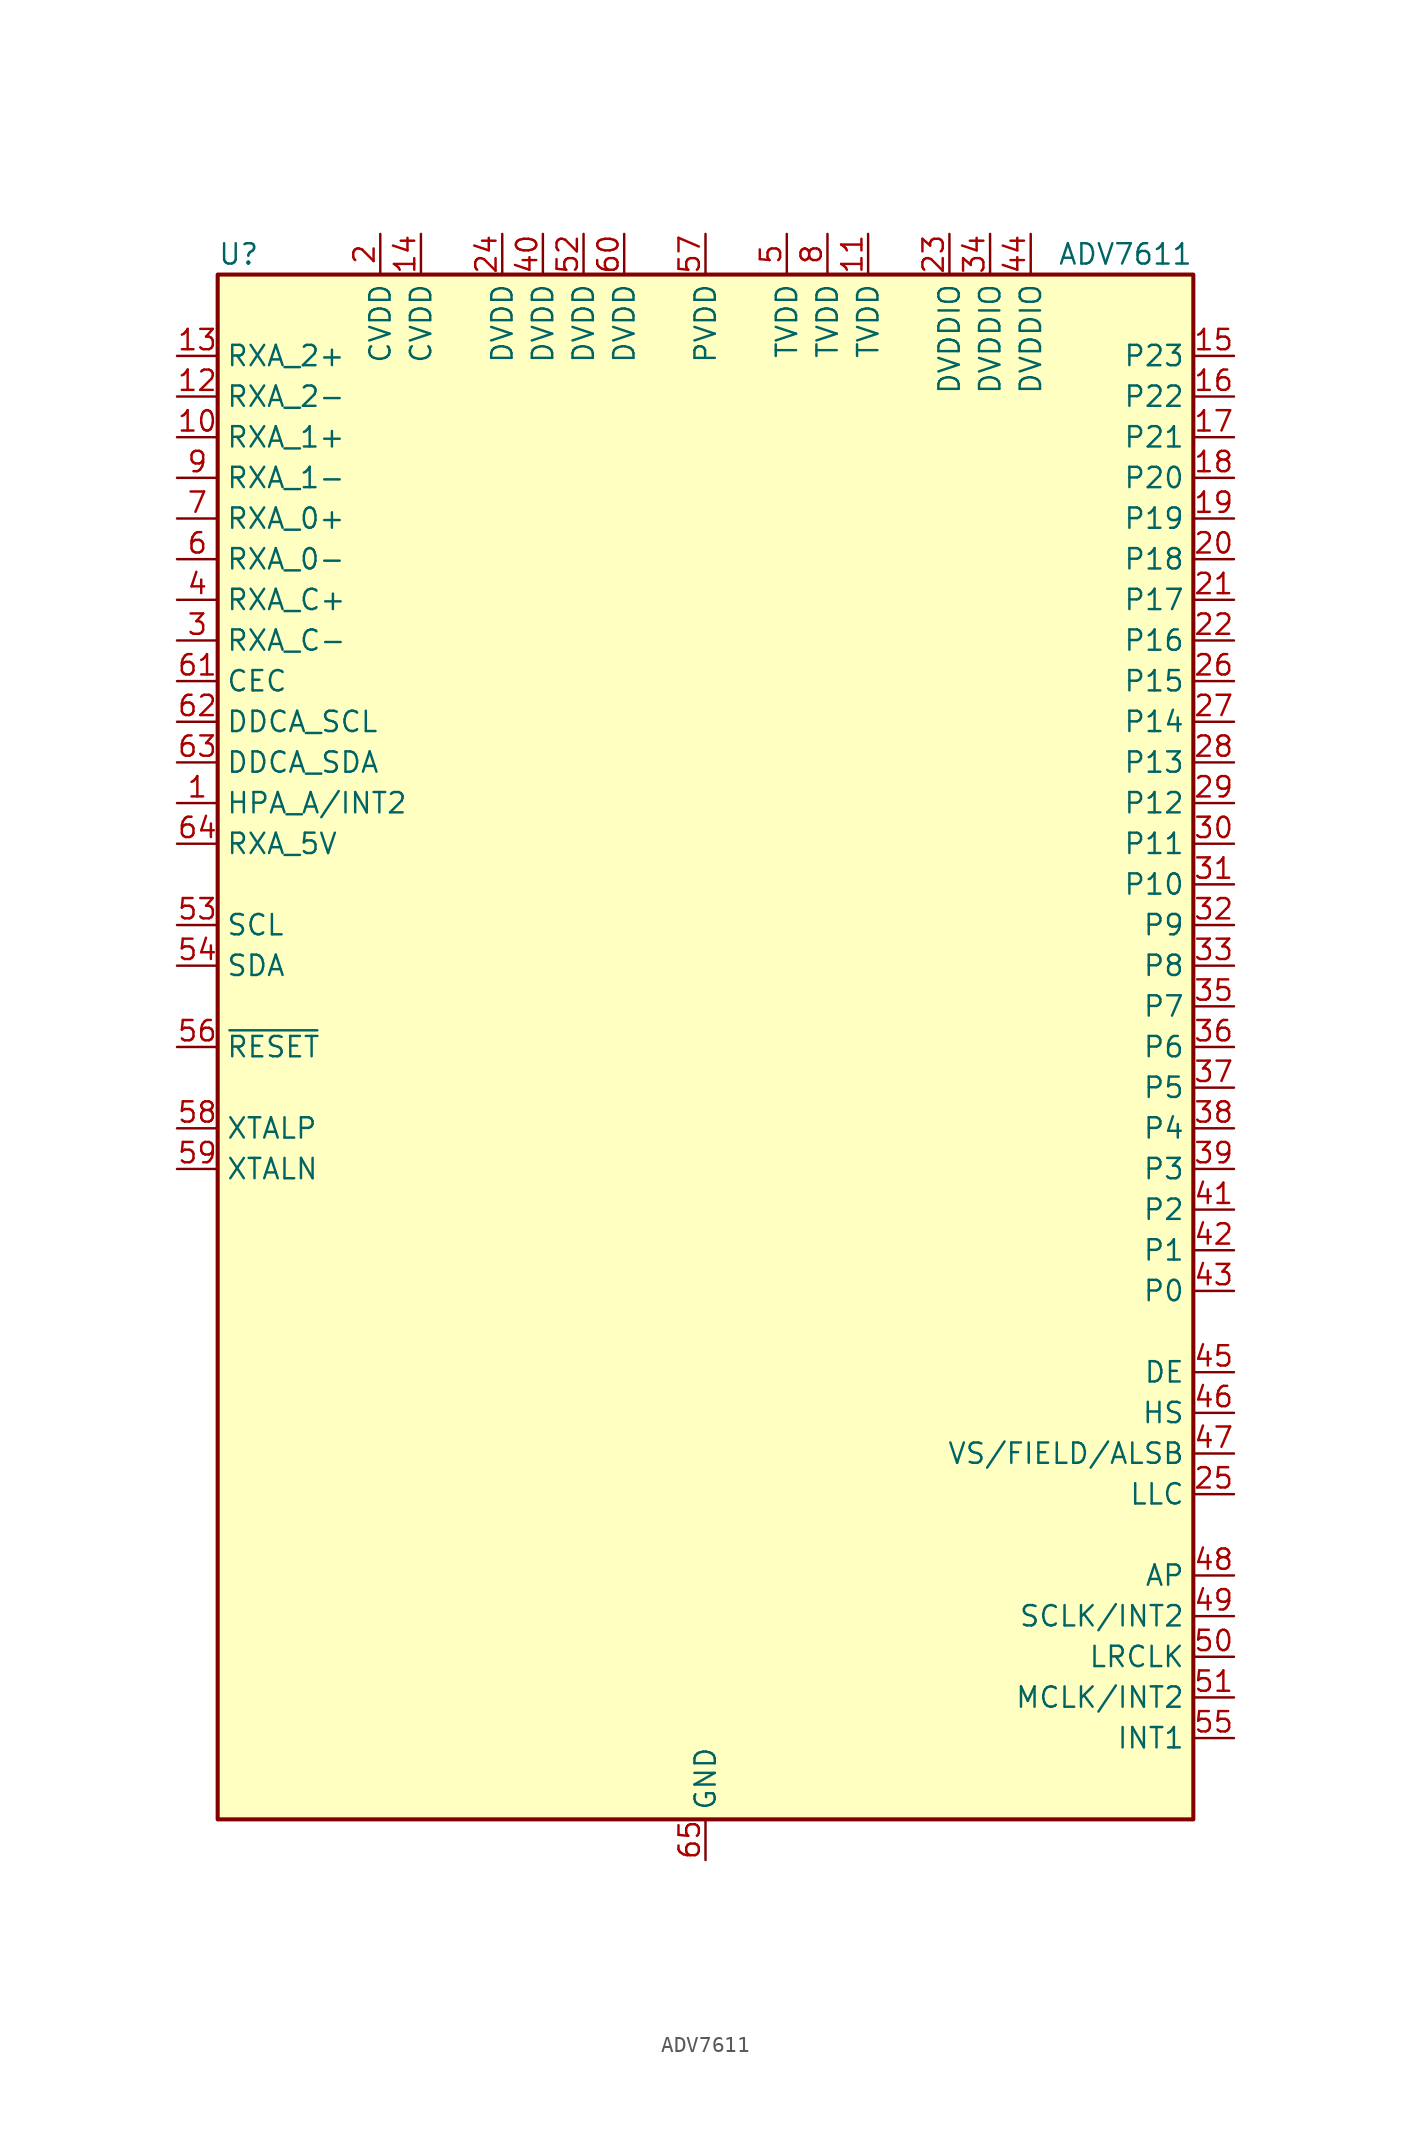
<source format=kicad_sym>
(kicad_symbol_lib
  (version 20211014)
  (generator kicad_symbol_editor)
  (symbol "ADV7611"
    (property "Reference" "U"
      (at -30.48 49.53 0)
      (effects (font (size 1.27 1.27)) (justify left)))
    (property "Value" "ADV7611"
      (at 30.48 49.53 0)
      (effects (font (size 1.27 1.27)) (justify right)))
    (symbol "ADV7611_0_1"
      (rectangle (start -30.48 48.26) (end 30.48 -48.26) (stroke (width 0.254) (type default) (color 0 0 0 0)) (fill (type background))))
    (symbol "ADV7611_1_1"
      (pin bidirectional line (at -33.02 15.24 0) (length 2.54) (name "HPA_A/INT2" (effects (font (size 1.27 1.27)))) (number "1" (effects (font (size 1.27 1.27)))))
      (pin input line (at -33.02 38.1 0) (length 2.54) (name "RXA_1+" (effects (font (size 1.27 1.27)))) (number "10" (effects (font (size 1.27 1.27)))))
      (pin power_in line (at 10.16 50.8 270) (length 2.54) (name "TVDD" (effects (font (size 1.27 1.27)))) (number "11" (effects (font (size 1.27 1.27)))))
      (pin input line (at -33.02 40.64 0) (length 2.54) (name "RXA_2−" (effects (font (size 1.27 1.27)))) (number "12" (effects (font (size 1.27 1.27)))))
      (pin input line (at -33.02 43.18 0) (length 2.54) (name "RXA_2+" (effects (font (size 1.27 1.27)))) (number "13" (effects (font (size 1.27 1.27)))))
      (pin power_in line (at -17.78 50.8 270) (length 2.54) (name "CVDD" (effects (font (size 1.27 1.27)))) (number "14" (effects (font (size 1.27 1.27)))))
      (pin output line (at 33.02 43.18 180) (length 2.54) (name "P23" (effects (font (size 1.27 1.27)))) (number "15" (effects (font (size 1.27 1.27)))))
      (pin output line (at 33.02 40.64 180) (length 2.54) (name "P22" (effects (font (size 1.27 1.27)))) (number "16" (effects (font (size 1.27 1.27)))))
      (pin output line (at 33.02 38.1 180) (length 2.54) (name "P21" (effects (font (size 1.27 1.27)))) (number "17" (effects (font (size 1.27 1.27)))))
      (pin output line (at 33.02 35.56 180) (length 2.54) (name "P20" (effects (font (size 1.27 1.27)))) (number "18" (effects (font (size 1.27 1.27)))))
      (pin output line (at 33.02 33.02 180) (length 2.54) (name "P19" (effects (font (size 1.27 1.27)))) (number "19" (effects (font (size 1.27 1.27)))))
      (pin power_in line (at -20.32 50.8 270) (length 2.54) (name "CVDD" (effects (font (size 1.27 1.27)))) (number "2" (effects (font (size 1.27 1.27)))))
      (pin output line (at 33.02 30.48 180) (length 2.54) (name "P18" (effects (font (size 1.27 1.27)))) (number "20" (effects (font (size 1.27 1.27)))))
      (pin output line (at 33.02 27.94 180) (length 2.54) (name "P17" (effects (font (size 1.27 1.27)))) (number "21" (effects (font (size 1.27 1.27)))))
      (pin output line (at 33.02 25.4 180) (length 2.54) (name "P16" (effects (font (size 1.27 1.27)))) (number "22" (effects (font (size 1.27 1.27)))))
      (pin power_in line (at 15.24 50.8 270) (length 2.54) (name "DVDDIO" (effects (font (size 1.27 1.27)))) (number "23" (effects (font (size 1.27 1.27)))))
      (pin power_in line (at -12.7 50.8 270) (length 2.54) (name "DVDD" (effects (font (size 1.27 1.27)))) (number "24" (effects (font (size 1.27 1.27)))))
      (pin output line (at 33.02 -27.94 180) (length 2.54) (name "LLC" (effects (font (size 1.27 1.27)))) (number "25" (effects (font (size 1.27 1.27)))))
      (pin output line (at 33.02 22.86 180) (length 2.54) (name "P15" (effects (font (size 1.27 1.27)))) (number "26" (effects (font (size 1.27 1.27)))))
      (pin output line (at 33.02 20.32 180) (length 2.54) (name "P14" (effects (font (size 1.27 1.27)))) (number "27" (effects (font (size 1.27 1.27)))))
      (pin output line (at 33.02 17.78 180) (length 2.54) (name "P13" (effects (font (size 1.27 1.27)))) (number "28" (effects (font (size 1.27 1.27)))))
      (pin output line (at 33.02 15.24 180) (length 2.54) (name "P12" (effects (font (size 1.27 1.27)))) (number "29" (effects (font (size 1.27 1.27)))))
      (pin input line (at -33.02 25.4 0) (length 2.54) (name "RXA_C−" (effects (font (size 1.27 1.27)))) (number "3" (effects (font (size 1.27 1.27)))))
      (pin output line (at 33.02 12.7 180) (length 2.54) (name "P11" (effects (font (size 1.27 1.27)))) (number "30" (effects (font (size 1.27 1.27)))))
      (pin output line (at 33.02 10.16 180) (length 2.54) (name "P10" (effects (font (size 1.27 1.27)))) (number "31" (effects (font (size 1.27 1.27)))))
      (pin output line (at 33.02 7.62 180) (length 2.54) (name "P9" (effects (font (size 1.27 1.27)))) (number "32" (effects (font (size 1.27 1.27)))))
      (pin output line (at 33.02 5.08 180) (length 2.54) (name "P8" (effects (font (size 1.27 1.27)))) (number "33" (effects (font (size 1.27 1.27)))))
      (pin power_in line (at 17.78 50.8 270) (length 2.54) (name "DVDDIO" (effects (font (size 1.27 1.27)))) (number "34" (effects (font (size 1.27 1.27)))))
      (pin output line (at 33.02 2.54 180) (length 2.54) (name "P7" (effects (font (size 1.27 1.27)))) (number "35" (effects (font (size 1.27 1.27)))))
      (pin output line (at 33.02 0 180) (length 2.54) (name "P6" (effects (font (size 1.27 1.27)))) (number "36" (effects (font (size 1.27 1.27)))))
      (pin output line (at 33.02 -2.54 180) (length 2.54) (name "P5" (effects (font (size 1.27 1.27)))) (number "37" (effects (font (size 1.27 1.27)))))
      (pin output line (at 33.02 -5.08 180) (length 2.54) (name "P4" (effects (font (size 1.27 1.27)))) (number "38" (effects (font (size 1.27 1.27)))))
      (pin output line (at 33.02 -7.62 180) (length 2.54) (name "P3" (effects (font (size 1.27 1.27)))) (number "39" (effects (font (size 1.27 1.27)))))
      (pin input line (at -33.02 27.94 0) (length 2.54) (name "RXA_C+" (effects (font (size 1.27 1.27)))) (number "4" (effects (font (size 1.27 1.27)))))
      (pin power_in line (at -10.16 50.8 270) (length 2.54) (name "DVDD" (effects (font (size 1.27 1.27)))) (number "40" (effects (font (size 1.27 1.27)))))
      (pin output line (at 33.02 -10.16 180) (length 2.54) (name "P2" (effects (font (size 1.27 1.27)))) (number "41" (effects (font (size 1.27 1.27)))))
      (pin output line (at 33.02 -12.7 180) (length 2.54) (name "P1" (effects (font (size 1.27 1.27)))) (number "42" (effects (font (size 1.27 1.27)))))
      (pin output line (at 33.02 -15.24 180) (length 2.54) (name "P0" (effects (font (size 1.27 1.27)))) (number "43" (effects (font (size 1.27 1.27)))))
      (pin power_in line (at 20.32 50.8 270) (length 2.54) (name "DVDDIO" (effects (font (size 1.27 1.27)))) (number "44" (effects (font (size 1.27 1.27)))))
      (pin output line (at 33.02 -20.32 180) (length 2.54) (name "DE" (effects (font (size 1.27 1.27)))) (number "45" (effects (font (size 1.27 1.27)))))
      (pin output line (at 33.02 -22.86 180) (length 2.54) (name "HS" (effects (font (size 1.27 1.27)))) (number "46" (effects (font (size 1.27 1.27)))))
      (pin bidirectional line (at 33.02 -25.4 180) (length 2.54) (name "VS/FIELD/ALSB" (effects (font (size 1.27 1.27)))) (number "47" (effects (font (size 1.27 1.27)))))
      (pin output line (at 33.02 -33.02 180) (length 2.54) (name "AP" (effects (font (size 1.27 1.27)))) (number "48" (effects (font (size 1.27 1.27)))))
      (pin output line (at 33.02 -35.56 180) (length 2.54) (name "SCLK/INT2" (effects (font (size 1.27 1.27)))) (number "49" (effects (font (size 1.27 1.27)))))
      (pin power_in line (at 5.08 50.8 270) (length 2.54) (name "TVDD" (effects (font (size 1.27 1.27)))) (number "5" (effects (font (size 1.27 1.27)))))
      (pin output line (at 33.02 -38.1 180) (length 2.54) (name "LRCLK" (effects (font (size 1.27 1.27)))) (number "50" (effects (font (size 1.27 1.27)))))
      (pin output line (at 33.02 -40.64 180) (length 2.54) (name "MCLK/INT2" (effects (font (size 1.27 1.27)))) (number "51" (effects (font (size 1.27 1.27)))))
      (pin power_in line (at -7.62 50.8 270) (length 2.54) (name "DVDD" (effects (font (size 1.27 1.27)))) (number "52" (effects (font (size 1.27 1.27)))))
      (pin input line (at -33.02 7.62 0) (length 2.54) (name "SCL" (effects (font (size 1.27 1.27)))) (number "53" (effects (font (size 1.27 1.27)))))
      (pin bidirectional line (at -33.02 5.08 0) (length 2.54) (name "SDA" (effects (font (size 1.27 1.27)))) (number "54" (effects (font (size 1.27 1.27)))))
      (pin output line (at 33.02 -43.18 180) (length 2.54) (name "INT1" (effects (font (size 1.27 1.27)))) (number "55" (effects (font (size 1.27 1.27)))))
      (pin input line (at -33.02 0 0) (length 2.54) (name "~{RESET}" (effects (font (size 1.27 1.27)))) (number "56" (effects (font (size 1.27 1.27)))))
      (pin power_in line (at 0 50.8 270) (length 2.54) (name "PVDD" (effects (font (size 1.27 1.27)))) (number "57" (effects (font (size 1.27 1.27)))))
      (pin input line (at -33.02 -5.08 0) (length 2.54) (name "XTALP" (effects (font (size 1.27 1.27)))) (number "58" (effects (font (size 1.27 1.27)))))
      (pin input line (at -33.02 -7.62 0) (length 2.54) (name "XTALN" (effects (font (size 1.27 1.27)))) (number "59" (effects (font (size 1.27 1.27)))))
      (pin input line (at -33.02 30.48 0) (length 2.54) (name "RXA_0−" (effects (font (size 1.27 1.27)))) (number "6" (effects (font (size 1.27 1.27)))))
      (pin power_in line (at -5.08 50.8 270) (length 2.54) (name "DVDD" (effects (font (size 1.27 1.27)))) (number "60" (effects (font (size 1.27 1.27)))))
      (pin bidirectional line (at -33.02 22.86 0) (length 2.54) (name "CEC" (effects (font (size 1.27 1.27)))) (number "61" (effects (font (size 1.27 1.27)))))
      (pin input line (at -33.02 20.32 0) (length 2.54) (name "DDCA_SCL" (effects (font (size 1.27 1.27)))) (number "62" (effects (font (size 1.27 1.27)))))
      (pin bidirectional line (at -33.02 17.78 0) (length 2.54) (name "DDCA_SDA" (effects (font (size 1.27 1.27)))) (number "63" (effects (font (size 1.27 1.27)))))
      (pin input line (at -33.02 12.7 0) (length 2.54) (name "RXA_5V" (effects (font (size 1.27 1.27)))) (number "64" (effects (font (size 1.27 1.27)))))
      (pin power_in line (at 0 -50.8 90) (length 2.54) (name "GND" (effects (font (size 1.27 1.27)))) (number "65" (effects (font (size 1.27 1.27)))))
      (pin input line (at -33.02 33.02 0) (length 2.54) (name "RXA_0+" (effects (font (size 1.27 1.27)))) (number "7" (effects (font (size 1.27 1.27)))))
      (pin power_in line (at 7.62 50.8 270) (length 2.54) (name "TVDD" (effects (font (size 1.27 1.27)))) (number "8" (effects (font (size 1.27 1.27)))))
      (pin input line (at -33.02 35.56 0) (length 2.54) (name "RXA_1−" (effects (font (size 1.27 1.27)))) (number "9" (effects (font (size 1.27 1.27))))))))
</source>
